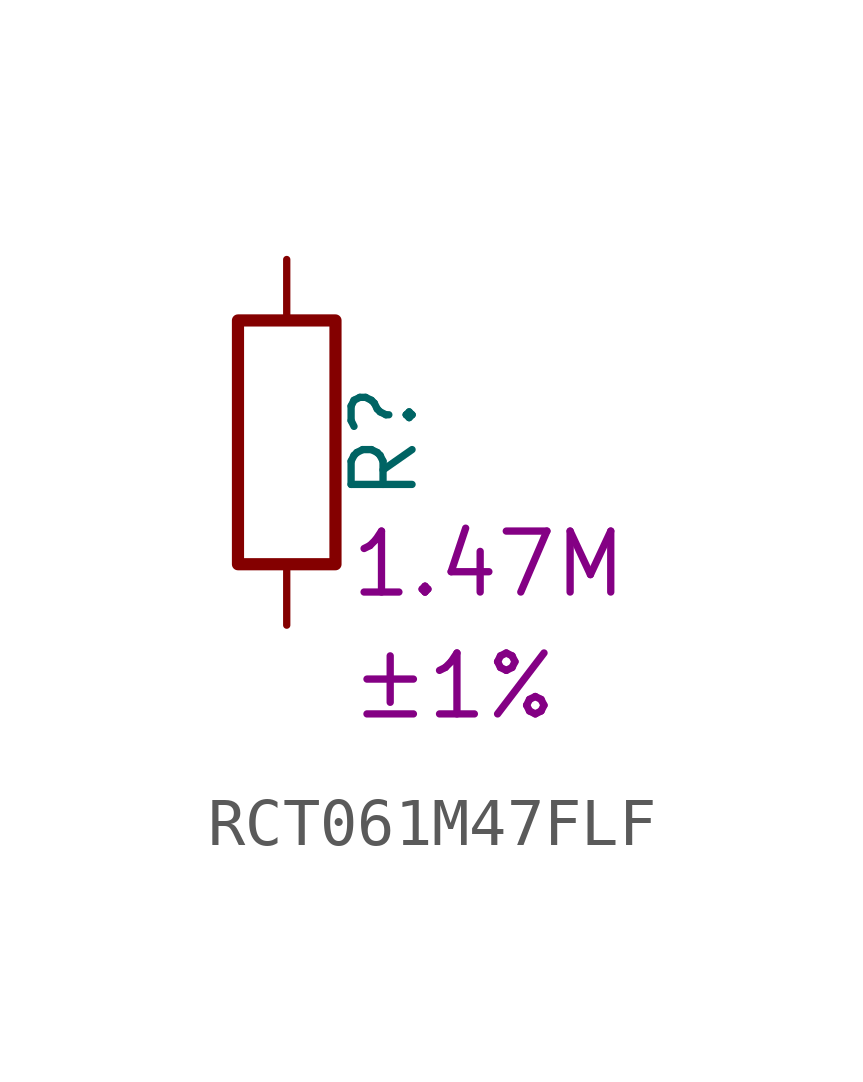
<source format=kicad_sym>
(kicad_symbol_lib
  (version 20220914)
  (generator kicad_symbol_editor)
  (symbol "RCT061M47FLF"
    (pin_numbers hide)
    (pin_names
      (offset 0))
    (property "Reference" "R"
      (at 2.032 0 90)
      (effects (font (size 1.27 1.27))))
    (property "Resistance" "1.47M"
      (at 1.27 -2.54 0)
      (effects (font (size 1.27 1.27)) (justify left)))
    (property "Tolerance" "±1%"
      (at 1.27 -5.08 0)
      (effects (font (size 1.27 1.27)) (justify left)))
    (symbol "RCT061M47FLF_0_1"
      (rectangle (start -1.016 -2.54) (end 1.016 2.54) (stroke (width 0.254) (type default)) (fill (type none))))
    (symbol "RCT061M47FLF_1_1"
      (pin passive line (at 0 3.81 270) (length 1.27) (name "~" (effects (font (size 1.27 1.27)))) (number "1" (effects (font (size 1.27 1.27)))))
      (pin passive line (at 0 -3.81 90) (length 1.27) (name "~" (effects (font (size 1.27 1.27)))) (number "2" (effects (font (size 1.27 1.27))))))))
</source>
